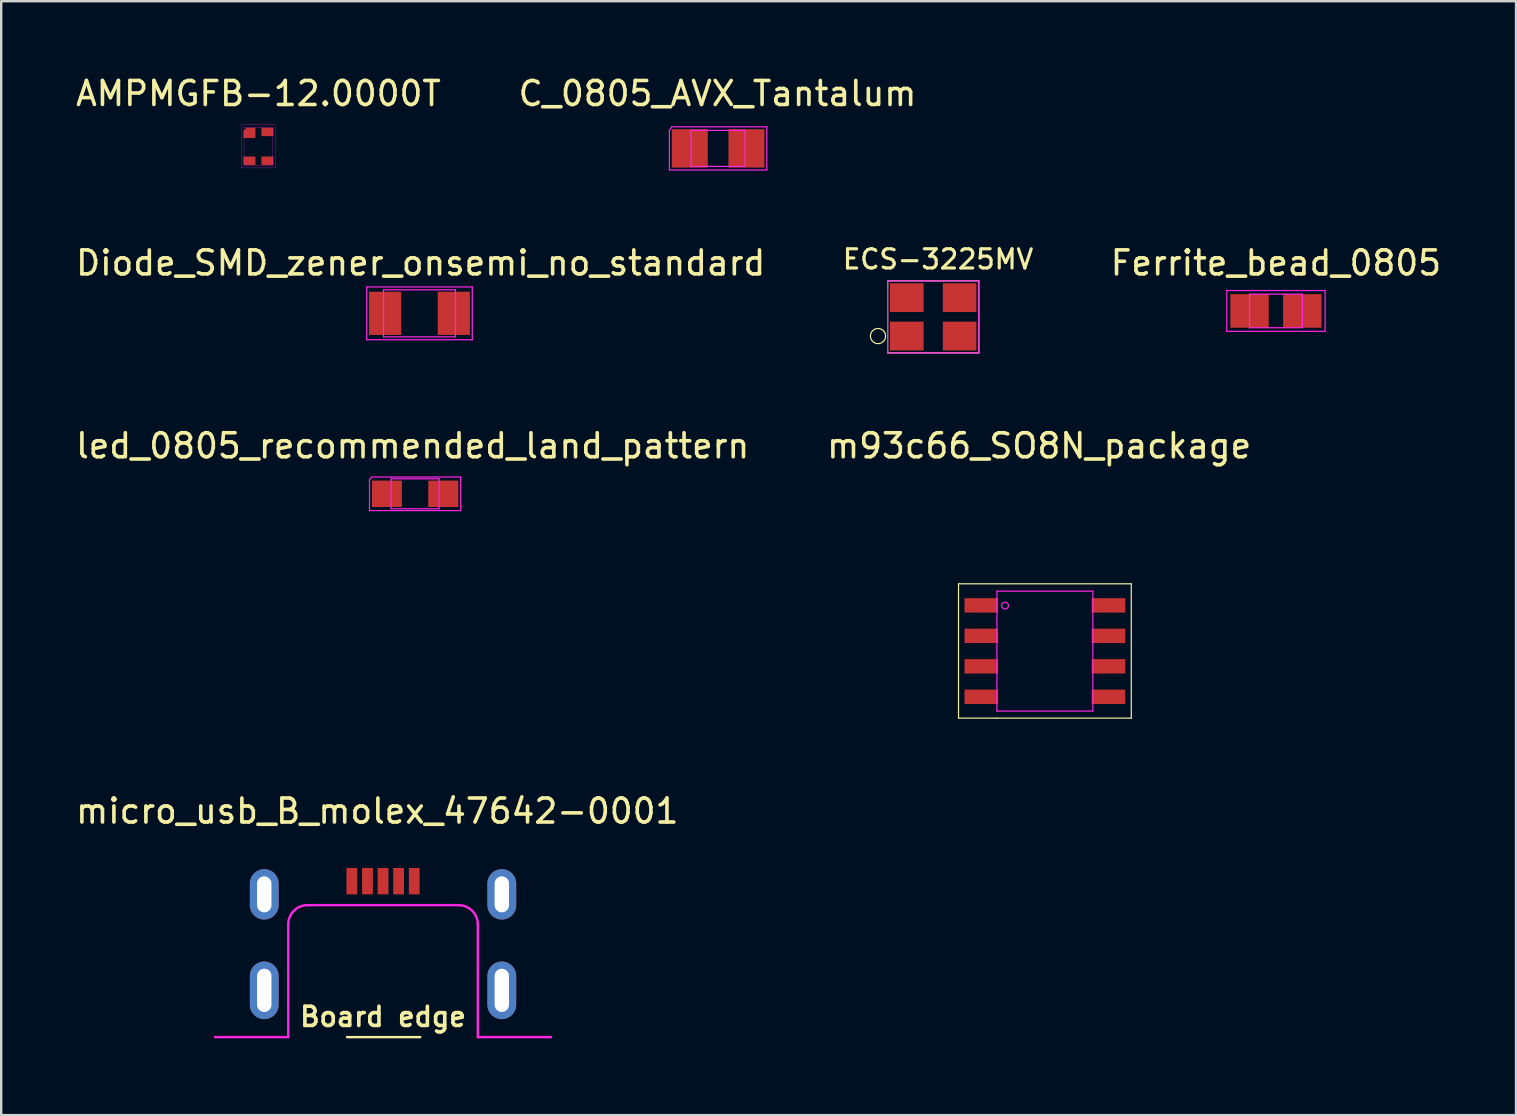
<source format=kicad_pcb>
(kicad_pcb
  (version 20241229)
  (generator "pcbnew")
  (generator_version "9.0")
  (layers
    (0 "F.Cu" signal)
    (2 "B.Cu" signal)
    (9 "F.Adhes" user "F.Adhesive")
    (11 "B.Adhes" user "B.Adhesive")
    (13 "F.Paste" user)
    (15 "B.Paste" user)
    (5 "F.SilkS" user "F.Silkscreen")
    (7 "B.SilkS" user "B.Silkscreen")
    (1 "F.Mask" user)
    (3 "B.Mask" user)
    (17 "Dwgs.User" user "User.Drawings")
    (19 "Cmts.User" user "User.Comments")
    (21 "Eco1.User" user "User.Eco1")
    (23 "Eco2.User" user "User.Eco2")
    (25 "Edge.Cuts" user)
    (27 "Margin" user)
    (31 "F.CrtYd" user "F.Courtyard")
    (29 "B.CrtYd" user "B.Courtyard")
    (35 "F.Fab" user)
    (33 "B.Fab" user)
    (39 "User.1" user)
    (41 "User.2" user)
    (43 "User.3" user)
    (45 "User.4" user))
  (footprint "C_0805_AVX_Tantalum"
    (layer "F.Cu")
    (at 26.877 3.134)
    (property "Reference" "C_0805_AVX_Tantalum" (at -0.025 -2.286 0) (layer "F.SilkS") (effects (font (size 1 1) (thickness 0.15))))
    (attr through_hole)
    (fp_line (start -2.03 -0.75) (end -2.03 0.9) (stroke (width 0.05) (type solid)) (layer "F.CrtYd"))
    (fp_line (start -2.03 -0.75) (end -1.93 -0.9) (stroke (width 0.05) (type solid)) (layer "F.CrtYd"))
    (fp_line (start -2.03 0.9) (end 2.03 0.9) (stroke (width 0.05) (type solid)) (layer "F.CrtYd"))
    (fp_line (start -1.125 -0.75) (end 1.125 -0.75) (stroke (width 0.05) (type solid)) (layer "F.CrtYd"))
    (fp_line (start -1.125 0.75) (end -1.125 -0.75) (stroke (width 0.05) (type solid)) (layer "F.CrtYd"))
    (fp_line (start 1.125 -0.75) (end 1.125 0.75) (stroke (width 0.05) (type solid)) (layer "F.CrtYd"))
    (fp_line (start 1.125 0.75) (end -1.125 0.75) (stroke (width 0.05) (type solid)) (layer "F.CrtYd"))
    (fp_line (start 2.03 -0.9) (end -1.93 -0.9) (stroke (width 0.05) (type solid)) (layer "F.CrtYd"))
    (fp_line (start 2.03 0.9) (end 2.03 -0.9) (stroke (width 0.05) (type solid)) (layer "F.CrtYd"))
    (pad "1" smd rect (at -1.18 0) (size 1.5 1.6) (layers "F.Cu" "F.Mask" "F.Paste"))
    (pad "2" smd rect (at 1.18 0) (size 1.5 1.6) (layers "F.Cu" "F.Mask" "F.Paste")))
  (footprint "ECS-3225MV"
    (layer "F.Cu")
    (at 35.841 10.155)
    (property "Reference" "ECS-3225MV" (at 0.2 -2.4 0) (layer "F.SilkS") (effects (font (size 0.8 0.8) (thickness 0.13))))
    (attr through_hole)
    (fp_line (start -1.9 -1.5) (end 1.9 -1.5) (stroke (width 0.05) (type solid)) (layer "F.SilkS"))
    (fp_line (start -1.9 1.5) (end -1.9 -1.5) (stroke (width 0.05) (type solid)) (layer "F.SilkS"))
    (fp_line (start 1.9 -1.5) (end 1.9 1.5) (stroke (width 0.05) (type solid)) (layer "F.SilkS"))
    (fp_line (start 1.9 1.5) (end -1.9 1.5) (stroke (width 0.05) (type solid)) (layer "F.SilkS"))
    (fp_circle (center -2.3 0.8) (end -2 0.7) (stroke (width 0.05) (type solid)) (fill no) (layer "F.SilkS"))
    (fp_line (start -1.9 -1.5) (end 1.9 -1.5) (stroke (width 0.05) (type solid)) (layer "F.CrtYd"))
    (fp_line (start -1.9 1.5) (end -1.9 -1.5) (stroke (width 0.05) (type solid)) (layer "F.CrtYd"))
    (fp_line (start 1.9 -1.5) (end 1.9 1.5) (stroke (width 0.05) (type solid)) (layer "F.CrtYd"))
    (fp_line (start 1.9 1.5) (end -1.9 1.5) (stroke (width 0.05) (type solid)) (layer "F.CrtYd"))
    (pad "1" smd rect (at -1.1 0.8) (size 1.4 1.2) (layers "F.Cu" "F.Mask" "F.Paste"))
    (pad "2" smd rect (at 1.1 0.8) (size 1.4 1.2) (layers "F.Cu" "F.Mask" "F.Paste"))
    (pad "3" smd rect (at 1.1 -0.8) (size 1.4 1.2) (layers "F.Cu" "F.Mask" "F.Paste"))
    (pad "4" smd rect (at -1.1 -0.8) (size 1.4 1.2) (layers "F.Cu" "F.Mask" "F.Paste")))
  (footprint "led_0805_recommended_land_pattern"
    (layer "F.Cu")
    (at 14.249 17.529)
    (property "Reference" "led_0805_recommended_land_pattern" (at -0.1 -2 0) (layer "F.SilkS") (effects (font (size 1 1) (thickness 0.15))))
    (attr through_hole)
    (fp_line (start -1.9 -0.6) (end -1.8 -0.7) (stroke (width 0.05) (type solid)) (layer "F.CrtYd"))
    (fp_line (start -1.9 0.7) (end -1.9 -0.6) (stroke (width 0.05) (type solid)) (layer "F.CrtYd"))
    (fp_line (start -1.8 -0.7) (end 1.9 -0.7) (stroke (width 0.05) (type solid)) (layer "F.CrtYd"))
    (fp_line (start -1 0.625) (end -1 -0.625) (stroke (width 0.05) (type solid)) (layer "F.CrtYd"))
    (fp_line (start -1 0.625) (end 1 0.625) (stroke (width 0.05) (type solid)) (layer "F.CrtYd"))
    (fp_line (start 1 -0.625) (end -1 -0.625) (stroke (width 0.05) (type solid)) (layer "F.CrtYd"))
    (fp_line (start 1 -0.625) (end 1 0.625) (stroke (width 0.05) (type solid)) (layer "F.CrtYd"))
    (fp_line (start 1.9 -0.7) (end 1.9 0.7) (stroke (width 0.05) (type solid)) (layer "F.CrtYd"))
    (fp_line (start 1.9 0.7) (end -1.9 0.7) (stroke (width 0.05) (type solid)) (layer "F.CrtYd"))
    (pad "1" smd rect (at -1.175 0) (size 1.25 1.1) (layers "F.Cu" "F.Mask" "F.Paste"))
    (pad "2" smd rect (at 1.175 0) (size 1.25 1.1) (layers "F.Cu" "F.Mask" "F.Paste")))
  (footprint "Ferrite_bead_0805"
    (layer "F.Cu")
    (at 50.124 9.908)
    (property "Reference" "Ferrite_bead_0805" (at 0 -2 0) (layer "F.SilkS") (effects (font (size 1 1) (thickness 0.15))))
    (attr through_hole)
    (fp_line (start -2.05 -0.85) (end 2.05 -0.85) (stroke (width 0.05) (type solid)) (layer "F.CrtYd"))
    (fp_line (start -2.05 0.85) (end -2.05 -0.85) (stroke (width 0.05) (type solid)) (layer "F.CrtYd"))
    (fp_line (start -1.1 -0.7) (end 1.1 -0.7) (stroke (width 0.05) (type solid)) (layer "F.CrtYd"))
    (fp_line (start -1.1 0.7) (end -1.1 -0.7) (stroke (width 0.05) (type solid)) (layer "F.CrtYd"))
    (fp_line (start -1.1 0.7) (end 1.1 0.7) (stroke (width 0.05) (type solid)) (layer "F.CrtYd"))
    (fp_line (start 1.1 0.7) (end 1.1 -0.7) (stroke (width 0.05) (type solid)) (layer "F.CrtYd"))
    (fp_line (start 2.05 -0.85) (end 2.05 0.85) (stroke (width 0.05) (type solid)) (layer "F.CrtYd"))
    (fp_line (start 2.05 0.85) (end -2.05 0.85) (stroke (width 0.05) (type solid)) (layer "F.CrtYd"))
    (pad "1" smd rect (at -1.1 0) (size 1.6 1.4) (layers "F.Cu" "F.Mask" "F.Paste"))
    (pad "2" smd rect (at 1.1 0) (size 1.6 1.4) (layers "F.Cu" "F.Mask" "F.Paste")))
  (footprint "AMPMGFB-12.0000T"
    (layer "F.Cu")
    (at 7.72 3.048)
    (property "Reference" "AMPMGFB-12.0000T" (at 0 -2.2 0) (layer "F.SilkS") (effects (font (size 1 1) (thickness 0.15))))
    (attr through_hole)
    (fp_line (start -0.7 -0.9) (end -0.7 0.9) (stroke (width 0.01) (type solid)) (layer "F.CrtYd"))
    (fp_line (start -0.7 0.9) (end 0.7 0.9) (stroke (width 0.01) (type solid)) (layer "F.CrtYd"))
    (fp_line (start -0.6 -0.8) (end -0.6 0.8) (stroke (width 0.01) (type solid)) (layer "F.CrtYd"))
    (fp_line (start -0.6 0.8) (end 0.6 0.8) (stroke (width 0.01) (type solid)) (layer "F.CrtYd"))
    (fp_line (start 0.6 -0.8) (end -0.6 -0.8) (stroke (width 0.01) (type solid)) (layer "F.CrtYd"))
    (fp_line (start 0.6 0.8) (end 0.6 -0.8) (stroke (width 0.01) (type solid)) (layer "F.CrtYd"))
    (fp_line (start 0.7 -0.9) (end -0.7 -0.9) (stroke (width 0.01) (type solid)) (layer "F.CrtYd"))
    (fp_line (start 0.7 0.9) (end 0.7 -0.9) (stroke (width 0.01) (type solid)) (layer "F.CrtYd"))
    (pad "1" smd custom (at -0.375 -0.56) (size 0.4 0.26) (layers "F.Cu" "F.Mask" "F.Paste") (options (anchor rect)) (primitives (gr_poly (pts (xy -0.25 -0.085) (xy -0.25 0.215) (xy 0.25 0.215) (xy 0.25 -0.215) (xy -0.12 -0.215)) (width 0) (fill yes))))
    (pad "2" smd rect (at -0.375 0.6) (size 0.5 0.35) (layers "F.Cu" "F.Mask" "F.Paste"))
    (pad "3" smd rect (at 0.375 0.6) (size 0.5 0.35) (layers "F.Cu" "F.Mask" "F.Paste"))
    (pad "4" smd rect (at 0.375 -0.6) (size 0.5 0.35) (layers "F.Cu" "F.Mask" "F.Paste")))
  (footprint "m93c66_SO8N_package"
    (layer "F.Cu")
    (at 40.496 22.179)
    (property "Reference" "m93c66_SO8N_package" (at -0.24 -6.65 0) (layer "F.SilkS") (effects (font (size 1 1) (thickness 0.15))))
    (attr through_hole)
    (fp_line (start -3.6 -0.9) (end 3.6 -0.9) (stroke (width 0.05) (type solid)) (layer "F.SilkS"))
    (fp_line (start -3.6 4.7) (end -3.6 -0.9) (stroke (width 0.05) (type solid)) (layer "F.SilkS"))
    (fp_line (start -2 4.7) (end -3.6 4.7) (stroke (width 0.05) (type solid)) (layer "F.SilkS"))
    (fp_line (start 3.6 -0.9) (end 3.6 4.7) (stroke (width 0.05) (type solid)) (layer "F.SilkS"))
    (fp_line (start 3.6 4.7) (end -2 4.7) (stroke (width 0.05) (type solid)) (layer "F.SilkS"))
    (fp_line (start -2 -0.595) (end -2 4.405) (stroke (width 0.05) (type solid)) (layer "F.CrtYd"))
    (fp_line (start -2 -0.595) (end 2 -0.595) (stroke (width 0.05) (type solid)) (layer "F.CrtYd"))
    (fp_line (start -2 4.405) (end 2 4.405) (stroke (width 0.05) (type solid)) (layer "F.CrtYd"))
    (fp_line (start 2 -0.595) (end 2 4.405) (stroke (width 0.05) (type solid)) (layer "F.CrtYd"))
    (fp_circle (center -1.66 0.01) (end -1.517 0.01) (stroke (width 0.05) (type solid)) (fill no) (layer "F.CrtYd"))
    (pad "1" smd rect (at -2.65 0) (size 1.4 0.6) (layers "F.Cu" "F.Mask" "F.Paste"))
    (pad "2" smd rect (at -2.65 1.27) (size 1.4 0.6) (layers "F.Cu" "F.Mask" "F.Paste"))
    (pad "3" smd rect (at -2.65 2.54) (size 1.4 0.6) (layers "F.Cu" "F.Mask" "F.Paste"))
    (pad "4" smd rect (at -2.65 3.81) (size 1.4 0.6) (layers "F.Cu" "F.Mask" "F.Paste"))
    (pad "5" smd rect (at 2.65 3.81) (size 1.4 0.6) (layers "F.Cu" "F.Mask" "F.Paste"))
    (pad "6" smd rect (at 2.65 2.54) (size 1.4 0.6) (layers "F.Cu" "F.Mask" "F.Paste"))
    (pad "7" smd rect (at 2.65 1.27) (size 1.4 0.6) (layers "F.Cu" "F.Mask" "F.Paste"))
    (pad "8" smd rect (at 2.65 0) (size 1.4 0.6) (layers "F.Cu" "F.Mask" "F.Paste")))
  (footprint "Diode_SMD_zener_onsemi_no_standard"
    (layer "F.Cu")
    (at 14.432 10.008)
    (property "Reference" "Diode_SMD_zener_onsemi_no_standard" (at 0.05 -2.1 0) (layer "F.SilkS") (effects (font (size 1 1) (thickness 0.15))))
    (attr through_hole)
    (fp_line (start -2.2 -1.1) (end 2.2 -1.1) (stroke (width 0.05) (type solid)) (layer "F.CrtYd"))
    (fp_line (start -2.2 1.1) (end -2.2 -1.1) (stroke (width 0.05) (type solid)) (layer "F.CrtYd"))
    (fp_line (start -1.5 -0.98) (end 1.5 -0.98) (stroke (width 0.05) (type solid)) (layer "F.CrtYd"))
    (fp_line (start -1.5 0.98) (end -1.5 -0.98) (stroke (width 0.05) (type solid)) (layer "F.CrtYd"))
    (fp_line (start -1.5 0.98) (end 1.5 0.98) (stroke (width 0.05) (type solid)) (layer "F.CrtYd"))
    (fp_line (start 1.5 0.98) (end 1.5 -0.98) (stroke (width 0.05) (type solid)) (layer "F.CrtYd"))
    (fp_line (start 2.2 -1.1) (end 2.2 1.1) (stroke (width 0.05) (type solid)) (layer "F.CrtYd"))
    (fp_line (start 2.2 1.1) (end -2.2 1.1) (stroke (width 0.05) (type solid)) (layer "F.CrtYd"))
    (pad "1" smd rect (at -1.43 0) (size 1.34 1.8) (layers "F.Cu" "F.Mask" "F.Paste"))
    (pad "2" smd rect (at 1.43 0) (size 1.34 1.8) (layers "F.Cu" "F.Mask" "F.Paste")))
  (footprint "micro_usb_B_molex_47642-0001"
    (layer "F.Cu")
    (at 12.913 40.172)
    (property "Reference" "micro_usb_B_molex_47642-0001" (at -0.24 -9.42 0) (layer "F.SilkS") (effects (font (size 1 1) (thickness 0.15))))
    (attr through_hole)
    (fp_line (start -1.5 0) (end 1.55 0) (stroke (width 0.1) (type solid)) (layer "F.SilkS"))
    (fp_line (start -3.95 0) (end -7 0) (stroke (width 0.1) (type solid)) (layer "F.CrtYd"))
    (fp_line (start -3.95 0) (end -3.95 -4.7) (stroke (width 0.1) (type solid)) (layer "F.CrtYd"))
    (fp_line (start -3.15 -5.5) (end 3.15 -5.5) (stroke (width 0.1) (type solid)) (layer "F.CrtYd"))
    (fp_line (start 3.95 0) (end 3.95 -4.7) (stroke (width 0.1) (type solid)) (layer "F.CrtYd"))
    (fp_line (start 3.95 0) (end 7 0) (stroke (width 0.1) (type solid)) (layer "F.CrtYd"))
    (fp_arc (start -3.95 -4.7) (mid -3.715685 -5.265685) (end -3.15 -5.5) (stroke (width 0.1) (type solid)) (layer "F.CrtYd"))
    (fp_arc (start 3.15 -5.5) (mid 3.715685 -5.265685) (end 3.95 -4.7) (stroke (width 0.1) (type solid)) (layer "F.CrtYd"))
    (fp_text user "Board edge" (at 0 -0.85 0) (layer "F.SilkS") (effects (font (size 0.8 0.8) (thickness 0.15))))
    (pad "1" smd rect (at -1.3 -6.5) (size 0.45 1.1) (layers "F.Cu" "F.Mask" "F.Paste"))
    (pad "2" smd rect (at -0.65 -6.5) (size 0.45 1.1) (layers "F.Cu" "F.Mask" "F.Paste"))
    (pad "3" smd rect (at 0 -6.5) (size 0.45 1.1) (layers "F.Cu" "F.Mask" "F.Paste"))
    (pad "4" smd rect (at 0.65 -6.5) (size 0.45 1.1) (layers "F.Cu" "F.Mask" "F.Paste"))
    (pad "5" smd rect (at 1.3 -6.5) (size 0.45 1.1) (layers "F.Cu" "F.Mask" "F.Paste"))
    (pad "6" thru_hole oval (at -4.95 -5.95) (size 1.2 2.1) (drill oval 0.6 1.5) (layers "*.Cu" "*.Mask"))
    (pad "7" thru_hole oval (at 4.95 -5.95) (size 1.2 2.1) (drill oval 0.6 1.5) (layers "*.Cu" "*.Mask"))
    (pad "8" thru_hole oval (at -4.95 -1.95) (size 1.2 2.4) (drill oval 0.6 1.8) (layers "*.Cu" "*.Mask"))
    (pad "9" thru_hole oval (at 4.95 -1.95) (size 1.2 2.4) (drill oval 0.6 1.8) (layers "*.Cu" "*.Mask")))
  (gr_rect
    (start -3 -3)
    (end 60.13 43.422)
    (stroke (width 0.1) (type default))
    (fill no)
    (layer "Edge.Cuts")))
</source>
